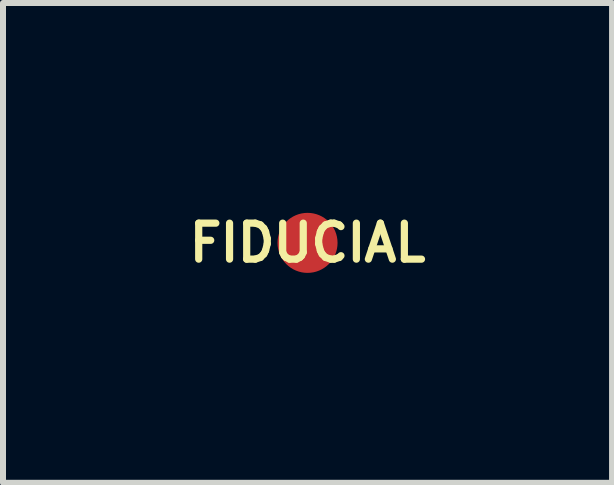
<source format=kicad_pcb>
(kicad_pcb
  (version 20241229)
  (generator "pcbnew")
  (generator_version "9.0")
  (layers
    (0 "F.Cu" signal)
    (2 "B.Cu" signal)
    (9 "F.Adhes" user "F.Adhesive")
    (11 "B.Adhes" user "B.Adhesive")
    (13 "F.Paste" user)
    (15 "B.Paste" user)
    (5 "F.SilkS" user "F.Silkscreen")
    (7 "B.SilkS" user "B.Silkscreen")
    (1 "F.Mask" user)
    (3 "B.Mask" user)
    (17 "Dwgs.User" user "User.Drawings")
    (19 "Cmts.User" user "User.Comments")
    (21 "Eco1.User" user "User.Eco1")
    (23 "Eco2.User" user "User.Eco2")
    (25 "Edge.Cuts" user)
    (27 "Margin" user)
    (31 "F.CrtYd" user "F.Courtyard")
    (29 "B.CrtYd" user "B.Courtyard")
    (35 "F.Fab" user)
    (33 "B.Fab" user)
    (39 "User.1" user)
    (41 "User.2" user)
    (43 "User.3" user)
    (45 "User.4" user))
  (footprint "FIDUCIAL"
    (layer "F.Cu")
    (at 2.077 0.999)
    (property "Reference" "FIDUCIAL" (at 0 0 0) (layer "F.SilkS") (effects (font (size 0.6 0.6) (thickness 0.12))))
    (attr through_hole)
    (pad "" connect circle (at 0 0) (size 1.999 1.999) (layers "F.Mask"))
    (pad "1" connect circle (at 0 0) (size 1.001 1.001) (layers "F.Cu" "F.Mask")))
  (gr_rect
    (start -3 -3)
    (end 7.154 4.999)
    (stroke (width 0.1) (type default))
    (fill no)
    (layer "Edge.Cuts")))
</source>
